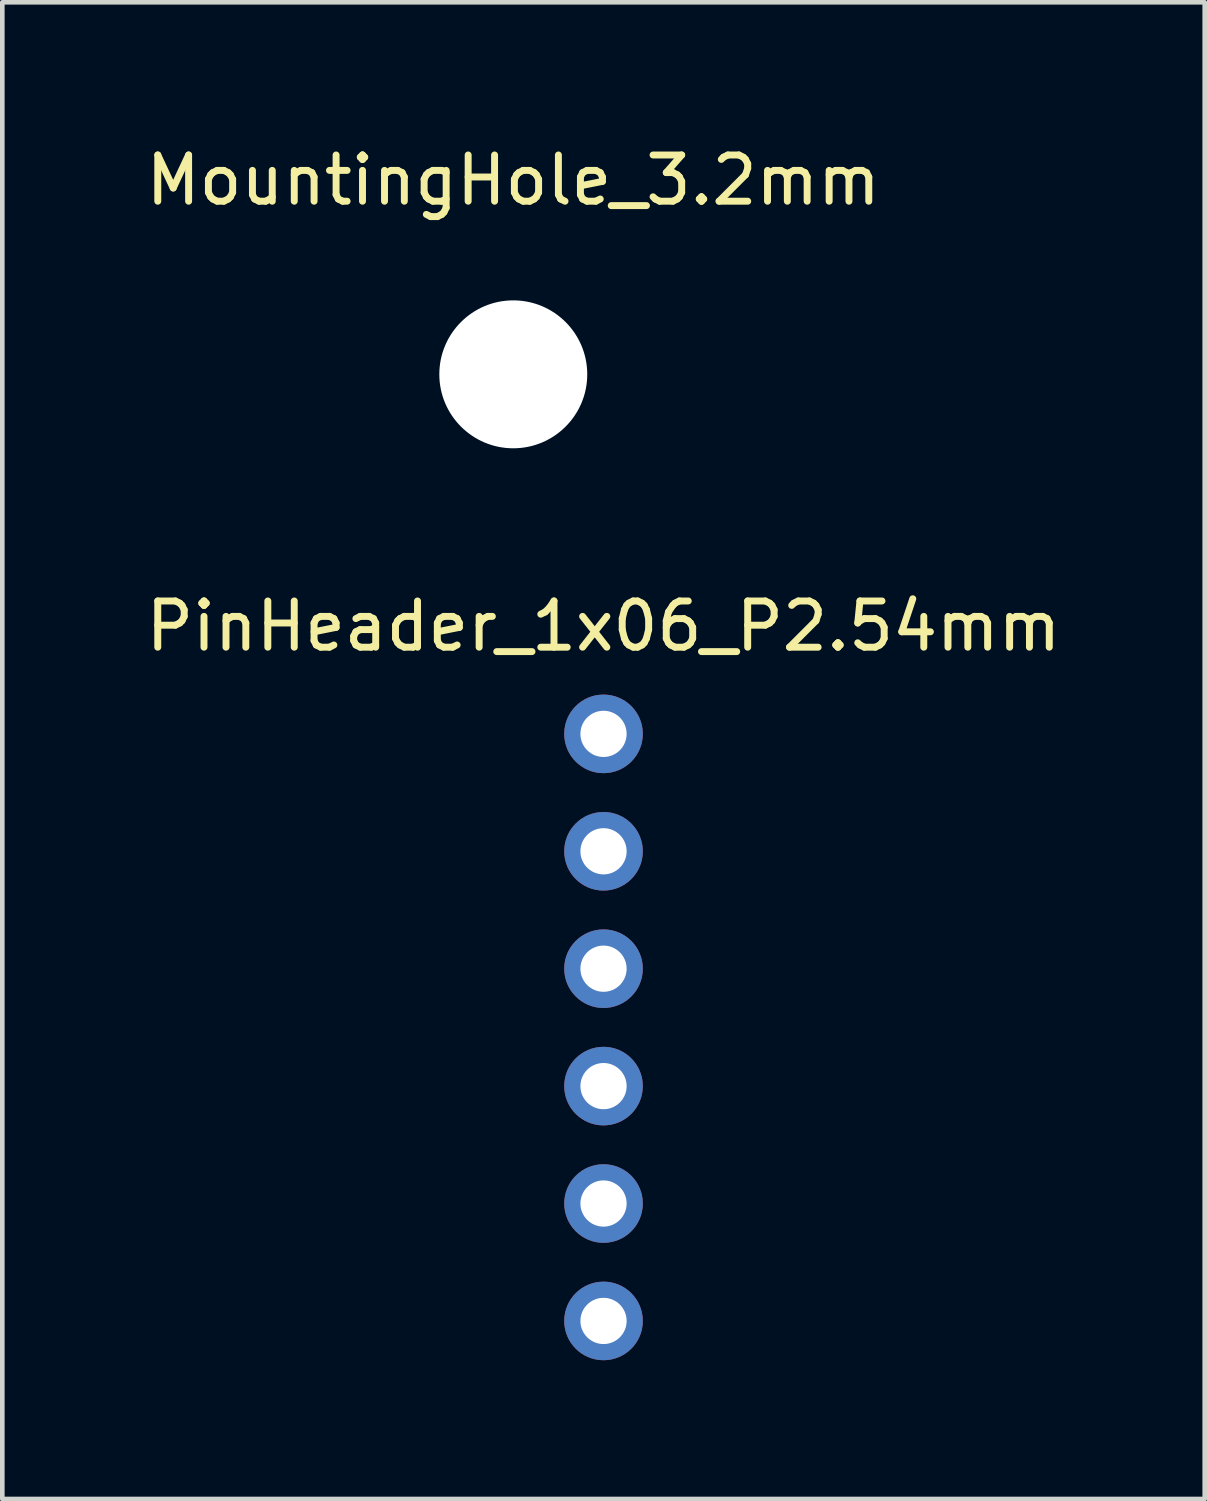
<source format=kicad_pcb>
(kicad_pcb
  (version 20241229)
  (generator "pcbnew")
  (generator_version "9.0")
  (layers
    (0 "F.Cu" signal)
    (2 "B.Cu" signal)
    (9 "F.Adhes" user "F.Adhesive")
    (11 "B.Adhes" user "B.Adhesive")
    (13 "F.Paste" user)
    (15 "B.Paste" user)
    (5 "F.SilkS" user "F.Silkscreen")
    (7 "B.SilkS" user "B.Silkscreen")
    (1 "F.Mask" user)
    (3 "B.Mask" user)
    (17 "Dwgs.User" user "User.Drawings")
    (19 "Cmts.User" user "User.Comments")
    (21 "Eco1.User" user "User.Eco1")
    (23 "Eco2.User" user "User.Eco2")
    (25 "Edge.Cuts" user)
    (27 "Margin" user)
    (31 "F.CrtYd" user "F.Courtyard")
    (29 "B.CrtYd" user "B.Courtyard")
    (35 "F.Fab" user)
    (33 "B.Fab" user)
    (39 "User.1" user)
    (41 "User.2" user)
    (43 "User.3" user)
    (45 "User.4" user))
  (footprint "MountingHole_3.2mm"
    (layer "F.Cu")
    (at 8.054 5.048)
    (property "Reference" "MountingHole_3.2mm" (at 0 -4.2 0) (layer "F.SilkS") (effects (font (size 1 1) (thickness 0.15))))
    (attr board_only exclude_from_pos_files exclude_from_bom)
    (pad "" np_thru_hole circle (at 0 0) (size 3.2 3.2) (drill 3.2) (layers "*.Cu" "*.Mask")))
  (footprint "PinHeader_1x06_P2.54mm"
    (layer "F.Cu")
    (at 10.006 12.826)
    (property "Reference" "PinHeader_1x06_P2.54mm" (at 0 -2.33 0) (layer "F.SilkS") (effects (font (size 1 1) (thickness 0.15))))
    (attr through_hole)
    (pad "1" thru_hole circle (at 0 0) (size 1.7 1.7) (drill 1) (layers "*.Cu" "*.Mask"))
    (pad "2" thru_hole circle (at 0 2.54) (size 1.7 1.7) (drill 1) (layers "*.Cu" "*.Mask"))
    (pad "3" thru_hole circle (at 0 5.08) (size 1.7 1.7) (drill 1) (layers "*.Cu" "*.Mask"))
    (pad "4" thru_hole circle (at 0 7.62) (size 1.7 1.7) (drill 1) (layers "*.Cu" "*.Mask"))
    (pad "5" thru_hole circle (at 0 10.16) (size 1.7 1.7) (drill 1) (layers "*.Cu" "*.Mask"))
    (pad "6" thru_hole circle (at 0 12.7) (size 1.7 1.7) (drill 1) (layers "*.Cu" "*.Mask")))
  (gr_rect
    (start -3 -3)
    (end 23.012 29.377)
    (stroke (width 0.1) (type default))
    (fill no)
    (layer "Edge.Cuts")))
</source>
